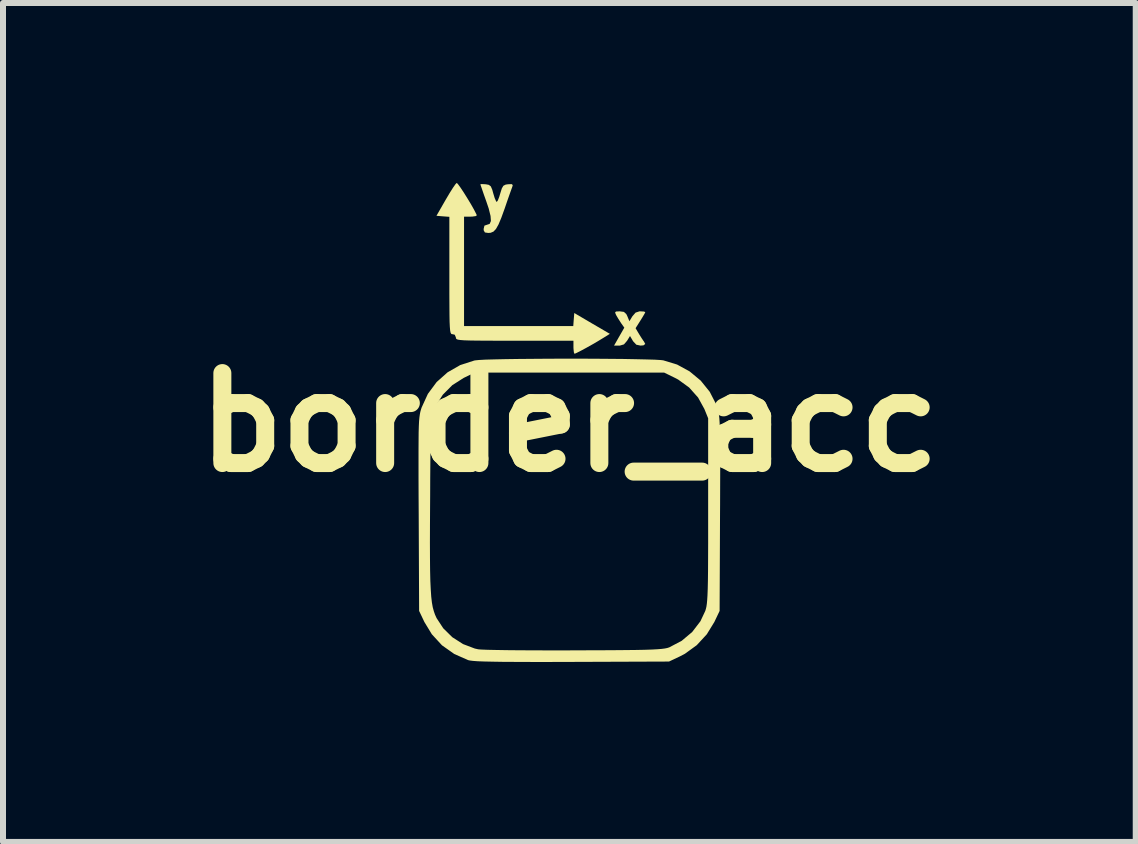
<source format=kicad_pcb>
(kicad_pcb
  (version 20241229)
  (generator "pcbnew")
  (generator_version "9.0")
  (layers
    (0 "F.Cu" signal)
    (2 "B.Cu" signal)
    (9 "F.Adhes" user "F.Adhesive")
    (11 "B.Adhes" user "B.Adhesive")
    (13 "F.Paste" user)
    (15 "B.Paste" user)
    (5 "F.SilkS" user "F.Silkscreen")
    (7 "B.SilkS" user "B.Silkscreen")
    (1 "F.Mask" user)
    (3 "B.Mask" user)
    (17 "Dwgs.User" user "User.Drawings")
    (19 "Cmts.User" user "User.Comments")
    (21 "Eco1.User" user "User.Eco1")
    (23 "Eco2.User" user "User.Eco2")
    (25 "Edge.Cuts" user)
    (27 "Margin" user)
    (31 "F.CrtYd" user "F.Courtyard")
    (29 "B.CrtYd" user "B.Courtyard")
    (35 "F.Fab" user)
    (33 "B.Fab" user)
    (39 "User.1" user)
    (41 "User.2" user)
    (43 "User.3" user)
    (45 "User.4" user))
  (footprint "border_acc"
    (layer "F.Cu")
    (at 6.443 3.992)
    (property "Reference" "border_acc" (at 0 0 0) (layer "F.SilkS") (effects (font (size 1.5 1.5) (thickness 0.3))))
    (attr board_only exclude_from_pos_files exclude_from_bom)
    (fp_poly (pts (xy 1.241 -1.848) (xy 1.266 -1.839) (xy 1.266 -1.839) (xy 1.253 -1.81) (xy 1.218 -1.751) (xy 1.185 -1.698) (xy 1.104 -1.57) (xy 1.162 -1.472) (xy 1.204 -1.405) (xy 1.237 -1.356) (xy 1.243 -1.349) (xy 1.265 -1.307) (xy 1.236 -1.284) (xy 1.186 -1.28) (xy 1.116 -1.295) (xy 1.063 -1.352) (xy 1.058 -1.36) (xy 1.011 -1.44) (xy 0.962 -1.36) (xy 0.91 -1.3) (xy 0.842 -1.28) (xy 0.829 -1.28) (xy 0.745 -1.28) (xy 0.83 -1.429) (xy 0.916 -1.579) (xy 0.863 -1.654) (xy 0.816 -1.727) (xy 0.779 -1.79) (xy 0.762 -1.831) (xy 0.777 -1.848) (xy 0.835 -1.851) (xy 0.84 -1.851) (xy 0.909 -1.842) (xy 0.949 -1.806) (xy 0.967 -1.769) (xy 1.001 -1.686) (xy 1.051 -1.769) (xy 1.104 -1.83) (xy 1.169 -1.851) (xy 1.184 -1.851)) (stroke (width 0) (type solid)) (fill yes) (layer "F.SilkS"))
    (fp_poly (pts (xy -1.402 -3.97) (xy -1.395 -3.97) (xy -1.343 -3.96) (xy -1.31 -3.935) (xy -1.286 -3.88) (xy -1.269 -3.818) (xy -1.245 -3.739) (xy -1.222 -3.687) (xy -1.211 -3.675) (xy -1.193 -3.699) (xy -1.169 -3.761) (xy -1.152 -3.818) (xy -1.126 -3.901) (xy -1.1 -3.945) (xy -1.062 -3.964) (xy -1.022 -3.97) (xy -0.962 -3.972) (xy -0.944 -3.957) (xy -0.951 -3.929) (xy -0.967 -3.885) (xy -0.997 -3.801) (xy -1.036 -3.69) (xy -1.078 -3.567) (xy -1.135 -3.41) (xy -1.182 -3.298) (xy -1.224 -3.224) (xy -1.265 -3.181) (xy -1.312 -3.161) (xy -1.352 -3.158) (xy -1.408 -3.166) (xy -1.428 -3.201) (xy -1.429 -3.226) (xy -1.416 -3.28) (xy -1.375 -3.294) (xy -1.329 -3.309) (xy -1.308 -3.357) (xy -1.314 -3.441) (xy -1.345 -3.566) (xy -1.387 -3.69) (xy -1.427 -3.802) (xy -1.458 -3.893) (xy -1.479 -3.953) (xy -1.484 -3.97) (xy -1.46 -3.973)) (stroke (width 0) (type solid)) (fill yes) (layer "F.SilkS"))
    (fp_poly (pts (xy -1.858 -3.973) (xy -1.817 -3.917) (xy -1.763 -3.836) (xy -1.703 -3.74) (xy -1.643 -3.641) (xy -1.591 -3.549) (xy -1.553 -3.475) (xy -1.543 -3.452) (xy -1.561 -3.439) (xy -1.617 -3.431) (xy -1.645 -3.43) (xy -1.756 -3.43) (xy -1.756 -2.518) (xy -1.756 -1.606) (xy -0.846 -1.606) (xy 0.065 -1.606) (xy 0.073 -1.715) (xy 0.082 -1.823) (xy 0.378 -1.649) (xy 0.675 -1.476) (xy 0.569 -1.41) (xy 0.482 -1.357) (xy 0.383 -1.299) (xy 0.281 -1.242) (xy 0.19 -1.193) (xy 0.121 -1.158) (xy 0.087 -1.143) (xy 0.086 -1.143) (xy 0.075 -1.168) (xy 0.069 -1.228) (xy 0.068 -1.252) (xy 0.068 -1.361) (xy -0.912 -1.361) (xy -1.169 -1.361) (xy -1.376 -1.362) (xy -1.539 -1.363) (xy -1.664 -1.365) (xy -1.755 -1.368) (xy -1.818 -1.373) (xy -1.858 -1.379) (xy -1.88 -1.388) (xy -1.89 -1.399) (xy -1.892 -1.413) (xy -1.892 -1.416) (xy -1.911 -1.461) (xy -1.947 -1.47) (xy -1.961 -1.471) (xy -1.972 -1.479) (xy -1.981 -1.498) (xy -1.988 -1.534) (xy -1.993 -1.592) (xy -1.997 -1.678) (xy -1.999 -1.795) (xy -2 -1.951) (xy -2.001 -2.149) (xy -2.001 -2.396) (xy -2.001 -2.449) (xy -2.001 -3.427) (xy -2.109 -3.435) (xy -2.216 -3.444) (xy -2.061 -3.714) (xy -1.997 -3.822) (xy -1.941 -3.911) (xy -1.899 -3.971) (xy -1.878 -3.992)) (stroke (width 0) (type solid)) (fill yes) (layer "F.SilkS"))
    (fp_poly (pts (xy 0.16 -1.062) (xy 0.419 -1.061) (xy 0.667 -1.059) (xy 0.898 -1.057) (xy 1.106 -1.053) (xy 1.284 -1.049) (xy 1.425 -1.045) (xy 1.524 -1.039) (xy 1.566 -1.034) (xy 1.796 -0.964) (xy 2.006 -0.849) (xy 2.19 -0.696) (xy 2.34 -0.51) (xy 2.448 -0.3) (xy 2.476 -0.215) (xy 2.485 -0.177) (xy 2.493 -0.131) (xy 2.5 -0.073) (xy 2.505 0.002) (xy 2.509 0.098) (xy 2.512 0.22) (xy 2.514 0.372) (xy 2.515 0.559) (xy 2.515 0.785) (xy 2.514 1.054) (xy 2.513 1.372) (xy 2.512 1.541) (xy 2.505 3.144) (xy 2.417 3.329) (xy 2.291 3.534) (xy 2.124 3.715) (xy 1.927 3.858) (xy 1.845 3.901) (xy 1.661 3.988) (xy 0.041 3.994) (xy -0.318 3.995) (xy -0.626 3.995) (xy -0.886 3.994) (xy -1.103 3.993) (xy -1.28 3.99) (xy -1.421 3.987) (xy -1.529 3.983) (xy -1.608 3.977) (xy -1.662 3.97) (xy -1.688 3.964) (xy -1.919 3.862) (xy -2.124 3.717) (xy -2.293 3.533) (xy -2.417 3.329) (xy -2.505 3.144) (xy -2.51 2.004) (xy -2.325 2.004) (xy -2.324 2.256) (xy -2.322 2.468) (xy -2.318 2.644) (xy -2.311 2.789) (xy -2.303 2.907) (xy -2.292 3.003) (xy -2.278 3.082) (xy -2.26 3.148) (xy -2.24 3.206) (xy -2.215 3.261) (xy -2.215 3.262) (xy -2.103 3.433) (xy -1.952 3.582) (xy -1.772 3.697) (xy -1.577 3.771) (xy -1.518 3.784) (xy -1.467 3.788) (xy -1.366 3.792) (xy -1.222 3.795) (xy -1.041 3.798) (xy -0.827 3.8) (xy -0.586 3.801) (xy -0.325 3.802) (xy -0.048 3.802) (xy 0.082 3.801) (xy 0.406 3.8) (xy 0.681 3.799) (xy 0.911 3.797) (xy 1.1 3.795) (xy 1.252 3.792) (xy 1.373 3.788) (xy 1.467 3.783) (xy 1.539 3.777) (xy 1.592 3.77) (xy 1.632 3.762) (xy 1.663 3.752) (xy 1.668 3.75) (xy 1.873 3.642) (xy 2.048 3.495) (xy 2.185 3.316) (xy 2.266 3.144) (xy 2.276 3.111) (xy 2.285 3.073) (xy 2.292 3.025) (xy 2.298 2.962) (xy 2.303 2.88) (xy 2.307 2.774) (xy 2.31 2.64) (xy 2.312 2.473) (xy 2.313 2.269) (xy 2.314 2.023) (xy 2.314 1.73) (xy 2.314 1.47) (xy 2.314 -0.068) (xy 2.251 -0.223) (xy 2.146 -0.414) (xy 1.997 -0.581) (xy 1.815 -0.713) (xy 1.762 -0.741) (xy 1.58 -0.83) (xy -0.000001 -0.83) (xy -1.58 -0.83) (xy -1.762 -0.741) (xy -1.952 -0.62) (xy -2.11 -0.461) (xy -2.228 -0.276) (xy -2.251 -0.223) (xy -2.265 -0.188) (xy -2.277 -0.154) (xy -2.286 -0.115) (xy -2.294 -0.068) (xy -2.301 -0.006) (xy -2.306 0.073) (xy -2.31 0.176) (xy -2.313 0.308) (xy -2.316 0.472) (xy -2.318 0.674) (xy -2.32 0.919) (xy -2.321 1.211) (xy -2.322 1.359) (xy -2.324 1.707) (xy -2.325 2.004) (xy -2.51 2.004) (xy -2.512 1.533) (xy -2.514 1.196) (xy -2.515 0.909) (xy -2.515 0.668) (xy -2.515 0.467) (xy -2.514 0.303) (xy -2.513 0.17) (xy -2.51 0.065) (xy -2.506 -0.018) (xy -2.5 -0.082) (xy -2.493 -0.133) (xy -2.485 -0.174) (xy -2.475 -0.211) (xy -2.463 -0.248) (xy -2.463 -0.248) (xy -2.359 -0.475) (xy -2.213 -0.672) (xy -2.031 -0.834) (xy -1.82 -0.955) (xy -1.585 -1.031) (xy -1.566 -1.034) (xy -1.506 -1.04) (xy -1.397 -1.046) (xy -1.247 -1.05) (xy -1.062 -1.054) (xy -0.849 -1.057) (xy -0.613 -1.059) (xy -0.362 -1.061) (xy -0.102 -1.062)) (stroke (width 0) (type solid)) (fill yes) (layer "F.SilkS")))
  (gr_rect
    (start -3 -3)
    (end 15.886 10.987)
    (stroke (width 0.1) (type default))
    (fill no)
    (layer "Edge.Cuts")))
</source>
